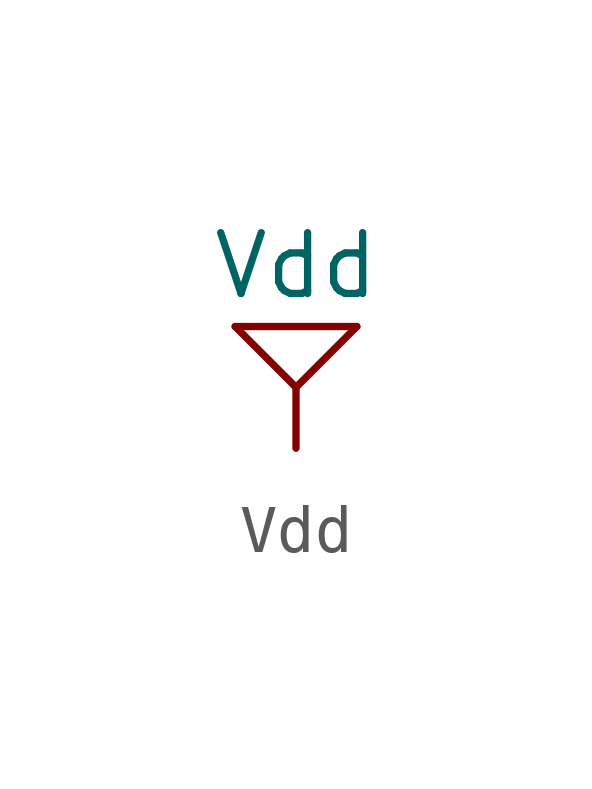
<source format=kicad_sym>
(kicad_symbol_lib
  (version 20211014)
  (generator kicad_symbol_editor)
  (symbol "Vdd"
    (power)
    (pin_names
      (offset 0))
    (property "Reference" "#PWR"
      (at 0 -2.54 0)
      (effects (font (size 1.27 1.27)) hide))
    (property "Value" "Vdd"
      (at 0 3.81 0)
      (effects (font (size 1.27 1.27))))
    (symbol "Vdd_0_1"
      (rectangle (start -1.27 2.54) (end 1.27 2.54) (stroke (width 0) (type default) (color 0 0 0 0)) (fill (type none)))
      (polyline (pts (xy -1.27 2.54) (xy 0 1.27)) (stroke (width 0) (type default) (color 0 0 0 0)) (fill (type none)))
      (polyline (pts (xy 0 0) (xy 0 1.27)) (stroke (width 0) (type default) (color 0 0 0 0)) (fill (type none)))
      (polyline (pts (xy 0 1.27) (xy 1.27 2.54)) (stroke (width 0) (type default) (color 0 0 0 0)) (fill (type none))))
    (symbol "Vdd_1_1"
      (pin power_in line (at 0 0 180) (length 0) hide (name "Vdd" (effects (font (size 1.27 1.27)))) (number "1" (effects (font (size 1.27 1.27))))))))
</source>
